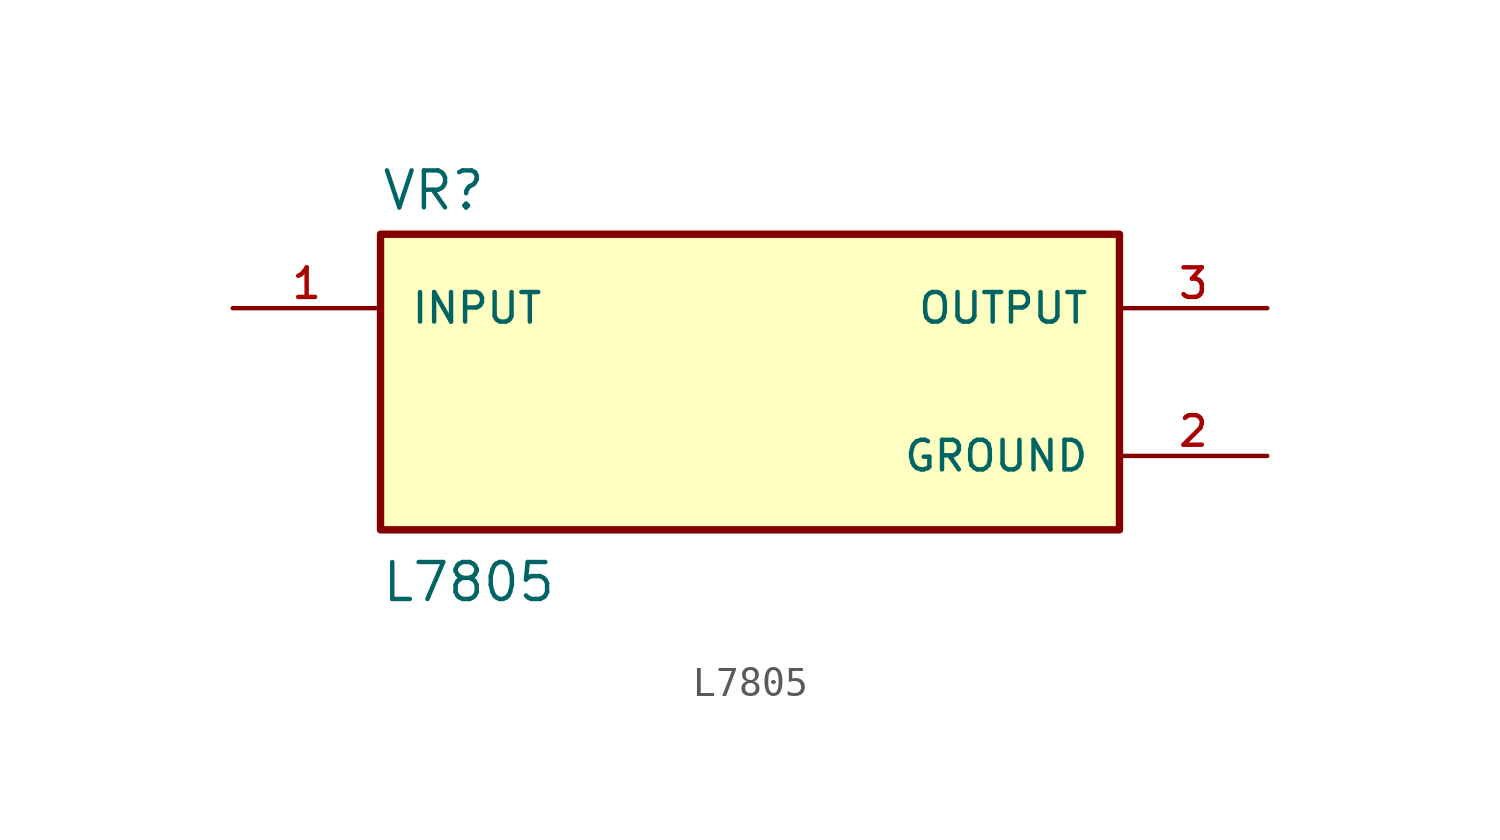
<source format=kicad_sym>
(kicad_symbol_lib
  (version 20211014)
  (generator kicad_symbol_editor)
  (symbol "L7805"
    (pin_names
      (offset 1.016))
    (property "Reference" "VR"
      (at -12.7 5.842 0)
      (effects (font (size 1.27 1.27)) (justify bottom left)))
    (property "Value" "L7805"
      (at -12.7 -7.62 0)
      (effects (font (size 1.27 1.27)) (justify bottom left)))
    (symbol "L7805_0_0"
      (rectangle (start -12.7 -5.08) (end 12.7 5.08) (stroke (width 0.254)) (fill (type background)))
      (pin input line (at -17.78 2.54 0) (length 5.08) (name "INPUT" (effects (font (size 1.016 1.016)))) (number "1" (effects (font (size 1.016 1.016)))))
      (pin output line (at 17.78 2.54 180.0) (length 5.08) (name "OUTPUT" (effects (font (size 1.016 1.016)))) (number "3" (effects (font (size 1.016 1.016)))))
      (pin power_in line (at 17.78 -2.54 180.0) (length 5.08) (name "GROUND" (effects (font (size 1.016 1.016)))) (number "2" (effects (font (size 1.016 1.016))))))))
</source>
